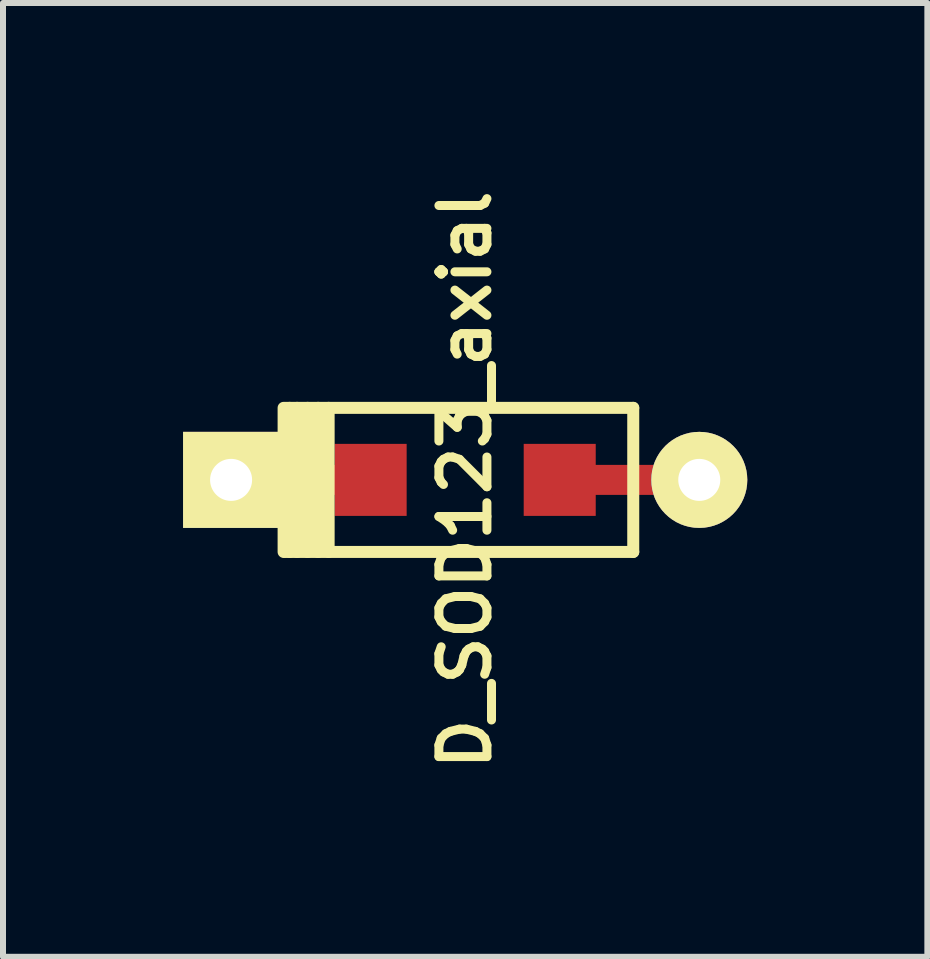
<source format=kicad_pcb>
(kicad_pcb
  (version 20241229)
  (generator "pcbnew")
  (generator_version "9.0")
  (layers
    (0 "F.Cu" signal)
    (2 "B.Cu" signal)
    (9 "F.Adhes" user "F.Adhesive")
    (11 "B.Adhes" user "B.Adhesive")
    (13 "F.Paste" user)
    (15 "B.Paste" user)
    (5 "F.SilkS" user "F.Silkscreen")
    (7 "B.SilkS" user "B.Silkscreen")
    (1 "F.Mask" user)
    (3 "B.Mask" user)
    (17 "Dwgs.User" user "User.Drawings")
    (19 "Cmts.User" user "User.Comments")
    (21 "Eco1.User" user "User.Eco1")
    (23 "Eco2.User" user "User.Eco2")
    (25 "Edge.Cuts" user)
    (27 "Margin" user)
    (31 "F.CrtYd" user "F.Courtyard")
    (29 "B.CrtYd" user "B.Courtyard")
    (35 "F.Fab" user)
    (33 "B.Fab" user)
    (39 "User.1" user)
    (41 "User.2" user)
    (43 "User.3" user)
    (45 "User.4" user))
  (footprint "D_SOD123_axial"
    (layer "F.Cu")
    (at 4.7 4.945)
    (property "Reference" "D_SOD123_axial" (at 0 0 90) (layer "F.SilkS") (effects (font (size 0.8 0.8) (thickness 0.15))))
    (attr smd)
    (fp_line (start -3.025 1.2) (end -3.025 -1.2) (stroke (width 0.2) (type solid)) (layer "F.SilkS"))
    (fp_line (start -3 -1.2) (end 2.8 -1.2) (stroke (width 0.2) (type solid)) (layer "F.SilkS"))
    (fp_line (start -2.925 -1.2) (end -2.925 1.2) (stroke (width 0.2) (type solid)) (layer "F.SilkS"))
    (fp_line (start -2.8 -1.2) (end -2.8 1.2) (stroke (width 0.2) (type solid)) (layer "F.SilkS"))
    (fp_line (start -2.625 -1.2) (end -2.625 1.2) (stroke (width 0.2) (type solid)) (layer "F.SilkS"))
    (fp_line (start -2.45 -1.2) (end -2.45 1.2) (stroke (width 0.2) (type solid)) (layer "F.SilkS"))
    (fp_line (start -2.275 -1.2) (end -2.275 1.2) (stroke (width 0.2) (type solid)) (layer "F.SilkS"))
    (fp_line (start 2.8 -1.2) (end 2.8 1.2) (stroke (width 0.2) (type solid)) (layer "F.SilkS"))
    (fp_line (start 2.8 1.2) (end -3 1.2) (stroke (width 0.2) (type solid)) (layer "F.SilkS"))
    (pad "1" thru_hole rect (at -3.9 0) (size 1.6 1.6) (drill 0.7) (layers "*.Cu" "*.Mask" "F.SilkS"))
    (pad "1" smd rect (at -2.7 0) (size 2.5 0.5) (layers "F.Cu"))
    (pad "1" smd rect (at -1.575 0) (size 1.2 1.2) (layers "F.Cu" "F.Mask" "F.Paste"))
    (pad "2" smd rect (at 1.575 0) (size 1.2 1.2) (layers "F.Cu" "F.Mask" "F.Paste"))
    (pad "2" smd rect (at 2.7 0) (size 2.5 0.5) (layers "F.Cu"))
    (pad "2" thru_hole circle (at 3.9 0) (size 1.6 1.6) (drill 0.7) (layers "*.Cu" "*.Mask" "F.SilkS")))
  (gr_rect
    (start -3 -3)
    (end 12.4 12.89)
    (stroke (width 0.1) (type default))
    (fill no)
    (layer "Edge.Cuts")))
</source>
